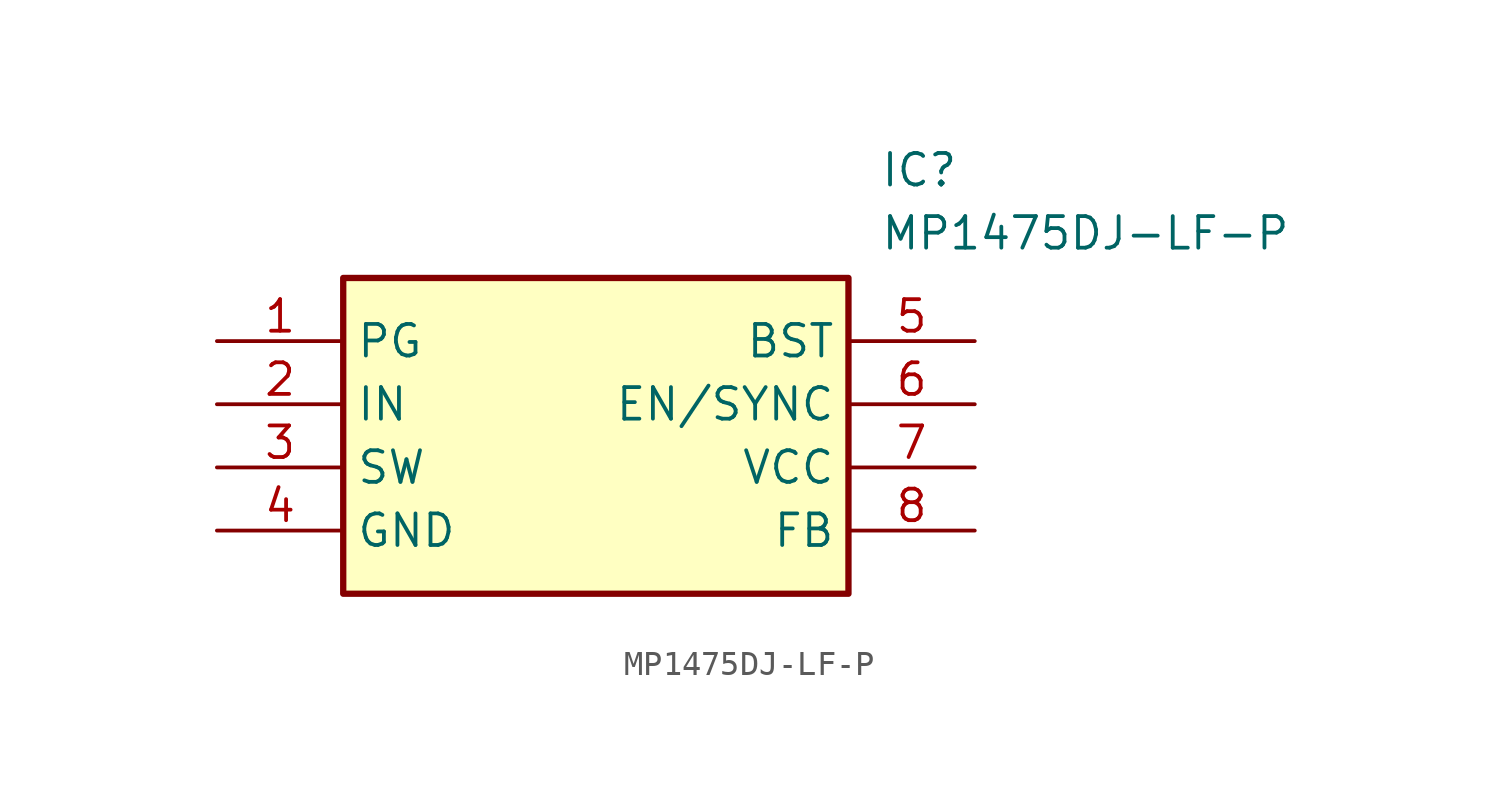
<source format=kicad_sym>
(kicad_symbol_lib
  (version 20211014)
  (generator SamacSys_ECAD_Model)
  (symbol "MP1475DJ-LF-P"
    (property "Reference" "IC"
      (at 26.67 7.62 0)
      (effects (font (size 1.27 1.27)) (justify left top)))
    (property "Value" "MP1475DJ-LF-P"
      (at 26.67 5.08 0)
      (effects (font (size 1.27 1.27)) (justify left top)))
    (rectangle
      (start 5.08 2.54)
      (end 25.4 -10.16)
      (stroke (width 0.254) (type default))
      (fill (type background)))
    (pin passive line
      (at 0 0 0)
      (length 5.08)
      (name "PG" (effects (font (size 1.27 1.27))))
      (number "1" (effects (font (size 1.27 1.27)))))
    (pin passive line
      (at 0 -2.54 0)
      (length 5.08)
      (name "IN" (effects (font (size 1.27 1.27))))
      (number "2" (effects (font (size 1.27 1.27)))))
    (pin passive line
      (at 0 -5.08 0)
      (length 5.08)
      (name "SW" (effects (font (size 1.27 1.27))))
      (number "3" (effects (font (size 1.27 1.27)))))
    (pin passive line
      (at 0 -7.62 0)
      (length 5.08)
      (name "GND" (effects (font (size 1.27 1.27))))
      (number "4" (effects (font (size 1.27 1.27)))))
    (pin passive line
      (at 30.48 0 180)
      (length 5.08)
      (name "BST" (effects (font (size 1.27 1.27))))
      (number "5" (effects (font (size 1.27 1.27)))))
    (pin passive line
      (at 30.48 -2.54 180)
      (length 5.08)
      (name "EN/SYNC" (effects (font (size 1.27 1.27))))
      (number "6" (effects (font (size 1.27 1.27)))))
    (pin passive line
      (at 30.48 -5.08 180)
      (length 5.08)
      (name "VCC" (effects (font (size 1.27 1.27))))
      (number "7" (effects (font (size 1.27 1.27)))))
    (pin passive line
      (at 30.48 -7.62 180)
      (length 5.08)
      (name "FB" (effects (font (size 1.27 1.27))))
      (number "8" (effects (font (size 1.27 1.27)))))))
</source>
